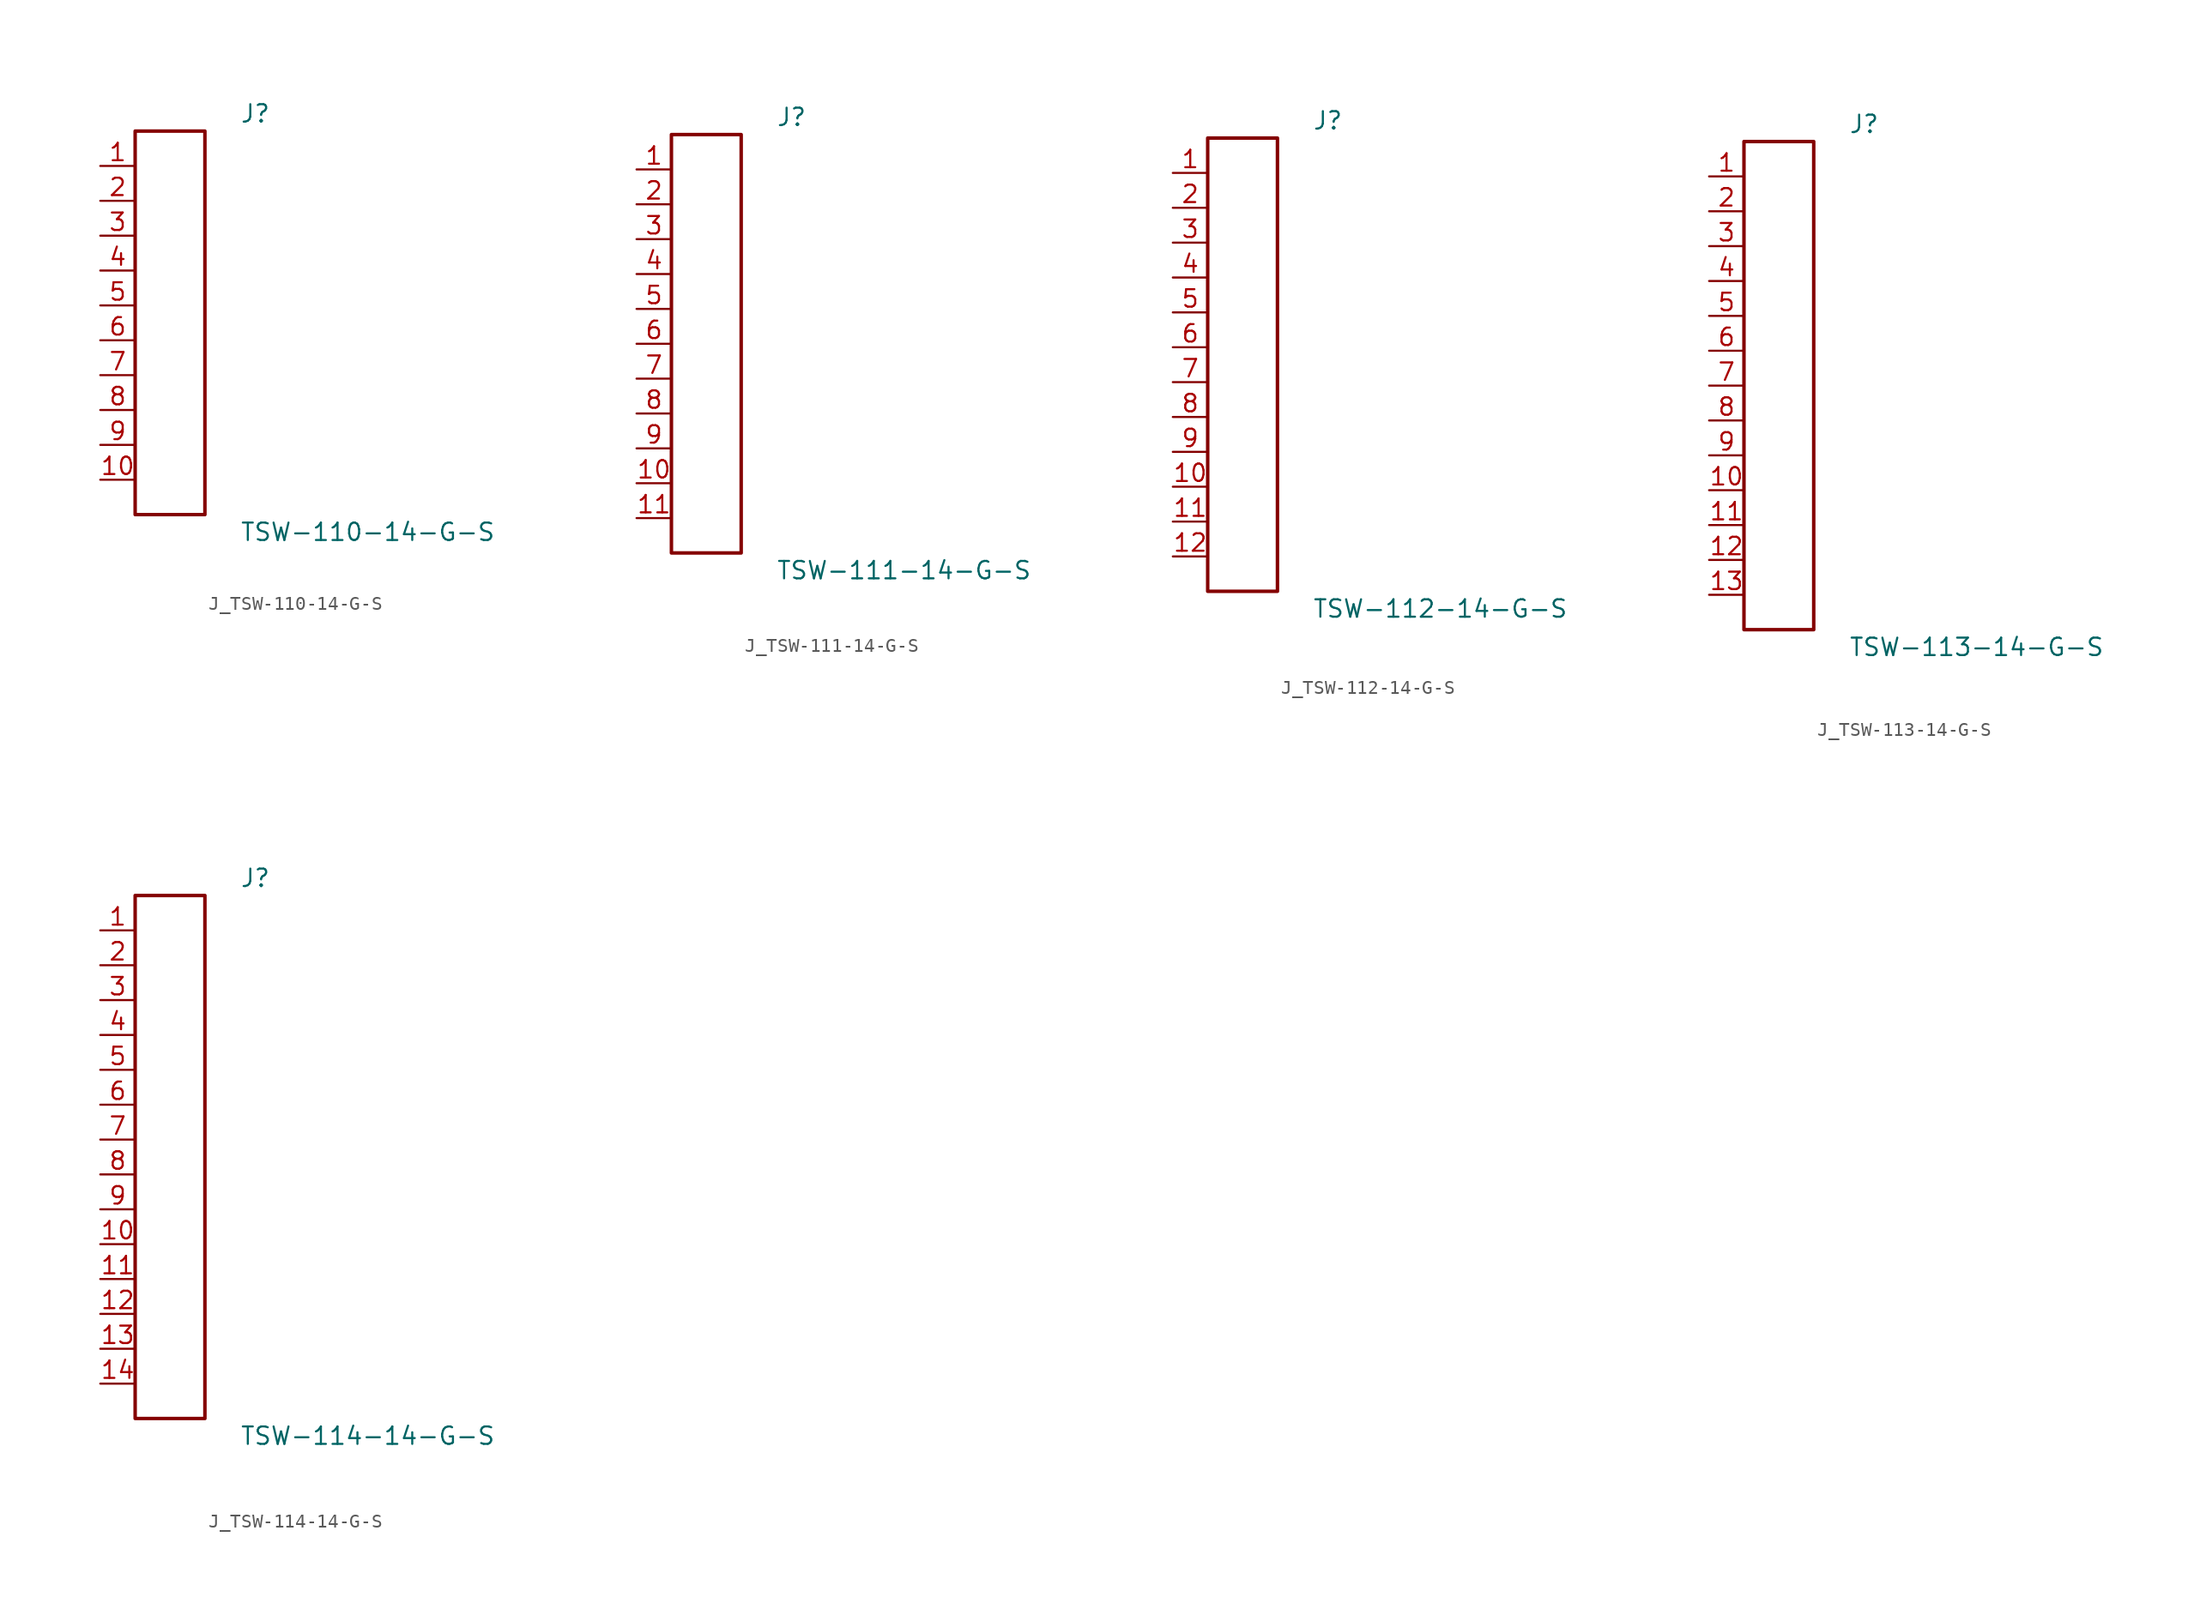
<source format=kicad_sym>
(kicad_symbol_lib
  (version 20231120)
  (generator kicad_symbol_editor)
  (generator_version 8.0)
  (symbol "J_TSW-110-14-G-S"
    (pin_names
      (offset 0.254))
    (property "Reference" "J"
      (at 5.08 15.24 0)
      (effects (font (size 1.27 1.27)) (justify left)))
    (property "Value" "TSW-110-14-G-S"
      (at 5.08 -15.24 0)
      (effects (font (size 1.27 1.27)) (justify left)))
    (symbol "J_TSW-110-14-G-S_0_0"
      (pin passive line (at -5.08 11.43 0) (length 2.54) (name "" (effects (font (size 1.27 1.27)))) (number "1" (effects (font (size 1.27 1.27)))))
      (pin passive line (at -5.08 8.89 0) (length 2.54) (name "" (effects (font (size 1.27 1.27)))) (number "2" (effects (font (size 1.27 1.27)))))
      (pin passive line (at -5.08 6.35 0) (length 2.54) (name "" (effects (font (size 1.27 1.27)))) (number "3" (effects (font (size 1.27 1.27)))))
      (pin passive line (at -5.08 3.81 0) (length 2.54) (name "" (effects (font (size 1.27 1.27)))) (number "4" (effects (font (size 1.27 1.27)))))
      (pin passive line (at -5.08 1.27 0) (length 2.54) (name "" (effects (font (size 1.27 1.27)))) (number "5" (effects (font (size 1.27 1.27)))))
      (pin passive line (at -5.08 -1.27 0) (length 2.54) (name "" (effects (font (size 1.27 1.27)))) (number "6" (effects (font (size 1.27 1.27)))))
      (pin passive line (at -5.08 -3.81 0) (length 2.54) (name "" (effects (font (size 1.27 1.27)))) (number "7" (effects (font (size 1.27 1.27)))))
      (pin passive line (at -5.08 -6.35 0) (length 2.54) (name "" (effects (font (size 1.27 1.27)))) (number "8" (effects (font (size 1.27 1.27)))))
      (pin passive line (at -5.08 -8.89 0) (length 2.54) (name "" (effects (font (size 1.27 1.27)))) (number "9" (effects (font (size 1.27 1.27)))))
      (pin passive line (at -5.08 -11.43 0) (length 2.54) (name "" (effects (font (size 1.27 1.27)))) (number "10" (effects (font (size 1.27 1.27))))))
    (symbol "J_TSW-110-14-G-S_1_0"
      (rectangle (start -2.54 13.97) (end 2.54 -13.97) (stroke (width 0.254) (type solid)) (fill (type none)))))
  (symbol "J_TSW-111-14-G-S"
    (pin_names
      (offset 0.254))
    (property "Reference" "J"
      (at 5.08 16.51 0)
      (effects (font (size 1.27 1.27)) (justify left)))
    (property "Value" "TSW-111-14-G-S"
      (at 5.08 -16.51 0)
      (effects (font (size 1.27 1.27)) (justify left)))
    (symbol "J_TSW-111-14-G-S_0_0"
      (pin passive line (at -5.08 12.7 0) (length 2.54) (name "" (effects (font (size 1.27 1.27)))) (number "1" (effects (font (size 1.27 1.27)))))
      (pin passive line (at -5.08 10.16 0) (length 2.54) (name "" (effects (font (size 1.27 1.27)))) (number "2" (effects (font (size 1.27 1.27)))))
      (pin passive line (at -5.08 7.62 0) (length 2.54) (name "" (effects (font (size 1.27 1.27)))) (number "3" (effects (font (size 1.27 1.27)))))
      (pin passive line (at -5.08 5.08 0) (length 2.54) (name "" (effects (font (size 1.27 1.27)))) (number "4" (effects (font (size 1.27 1.27)))))
      (pin passive line (at -5.08 2.54 0) (length 2.54) (name "" (effects (font (size 1.27 1.27)))) (number "5" (effects (font (size 1.27 1.27)))))
      (pin passive line (at -5.08 0.0 0) (length 2.54) (name "" (effects (font (size 1.27 1.27)))) (number "6" (effects (font (size 1.27 1.27)))))
      (pin passive line (at -5.08 -2.54 0) (length 2.54) (name "" (effects (font (size 1.27 1.27)))) (number "7" (effects (font (size 1.27 1.27)))))
      (pin passive line (at -5.08 -5.08 0) (length 2.54) (name "" (effects (font (size 1.27 1.27)))) (number "8" (effects (font (size 1.27 1.27)))))
      (pin passive line (at -5.08 -7.62 0) (length 2.54) (name "" (effects (font (size 1.27 1.27)))) (number "9" (effects (font (size 1.27 1.27)))))
      (pin passive line (at -5.08 -10.16 0) (length 2.54) (name "" (effects (font (size 1.27 1.27)))) (number "10" (effects (font (size 1.27 1.27)))))
      (pin passive line (at -5.08 -12.7 0) (length 2.54) (name "" (effects (font (size 1.27 1.27)))) (number "11" (effects (font (size 1.27 1.27))))))
    (symbol "J_TSW-111-14-G-S_1_0"
      (rectangle (start -2.54 15.24) (end 2.54 -15.24) (stroke (width 0.254) (type solid)) (fill (type none)))))
  (symbol "J_TSW-112-14-G-S"
    (pin_names
      (offset 0.254))
    (property "Reference" "J"
      (at 5.08 17.78 0)
      (effects (font (size 1.27 1.27)) (justify left)))
    (property "Value" "TSW-112-14-G-S"
      (at 5.08 -17.78 0)
      (effects (font (size 1.27 1.27)) (justify left)))
    (symbol "J_TSW-112-14-G-S_0_0"
      (pin passive line (at -5.08 13.97 0) (length 2.54) (name "" (effects (font (size 1.27 1.27)))) (number "1" (effects (font (size 1.27 1.27)))))
      (pin passive line (at -5.08 11.43 0) (length 2.54) (name "" (effects (font (size 1.27 1.27)))) (number "2" (effects (font (size 1.27 1.27)))))
      (pin passive line (at -5.08 8.89 0) (length 2.54) (name "" (effects (font (size 1.27 1.27)))) (number "3" (effects (font (size 1.27 1.27)))))
      (pin passive line (at -5.08 6.35 0) (length 2.54) (name "" (effects (font (size 1.27 1.27)))) (number "4" (effects (font (size 1.27 1.27)))))
      (pin passive line (at -5.08 3.81 0) (length 2.54) (name "" (effects (font (size 1.27 1.27)))) (number "5" (effects (font (size 1.27 1.27)))))
      (pin passive line (at -5.08 1.27 0) (length 2.54) (name "" (effects (font (size 1.27 1.27)))) (number "6" (effects (font (size 1.27 1.27)))))
      (pin passive line (at -5.08 -1.27 0) (length 2.54) (name "" (effects (font (size 1.27 1.27)))) (number "7" (effects (font (size 1.27 1.27)))))
      (pin passive line (at -5.08 -3.81 0) (length 2.54) (name "" (effects (font (size 1.27 1.27)))) (number "8" (effects (font (size 1.27 1.27)))))
      (pin passive line (at -5.08 -6.35 0) (length 2.54) (name "" (effects (font (size 1.27 1.27)))) (number "9" (effects (font (size 1.27 1.27)))))
      (pin passive line (at -5.08 -8.89 0) (length 2.54) (name "" (effects (font (size 1.27 1.27)))) (number "10" (effects (font (size 1.27 1.27)))))
      (pin passive line (at -5.08 -11.43 0) (length 2.54) (name "" (effects (font (size 1.27 1.27)))) (number "11" (effects (font (size 1.27 1.27)))))
      (pin passive line (at -5.08 -13.97 0) (length 2.54) (name "" (effects (font (size 1.27 1.27)))) (number "12" (effects (font (size 1.27 1.27))))))
    (symbol "J_TSW-112-14-G-S_1_0"
      (rectangle (start -2.54 16.51) (end 2.54 -16.51) (stroke (width 0.254) (type solid)) (fill (type none)))))
  (symbol "J_TSW-113-14-G-S"
    (pin_names
      (offset 0.254))
    (property "Reference" "J"
      (at 5.08 19.05 0)
      (effects (font (size 1.27 1.27)) (justify left)))
    (property "Value" "TSW-113-14-G-S"
      (at 5.08 -19.05 0)
      (effects (font (size 1.27 1.27)) (justify left)))
    (symbol "J_TSW-113-14-G-S_0_0"
      (pin passive line (at -5.08 15.24 0) (length 2.54) (name "" (effects (font (size 1.27 1.27)))) (number "1" (effects (font (size 1.27 1.27)))))
      (pin passive line (at -5.08 12.7 0) (length 2.54) (name "" (effects (font (size 1.27 1.27)))) (number "2" (effects (font (size 1.27 1.27)))))
      (pin passive line (at -5.08 10.16 0) (length 2.54) (name "" (effects (font (size 1.27 1.27)))) (number "3" (effects (font (size 1.27 1.27)))))
      (pin passive line (at -5.08 7.62 0) (length 2.54) (name "" (effects (font (size 1.27 1.27)))) (number "4" (effects (font (size 1.27 1.27)))))
      (pin passive line (at -5.08 5.08 0) (length 2.54) (name "" (effects (font (size 1.27 1.27)))) (number "5" (effects (font (size 1.27 1.27)))))
      (pin passive line (at -5.08 2.54 0) (length 2.54) (name "" (effects (font (size 1.27 1.27)))) (number "6" (effects (font (size 1.27 1.27)))))
      (pin passive line (at -5.08 0.0 0) (length 2.54) (name "" (effects (font (size 1.27 1.27)))) (number "7" (effects (font (size 1.27 1.27)))))
      (pin passive line (at -5.08 -2.54 0) (length 2.54) (name "" (effects (font (size 1.27 1.27)))) (number "8" (effects (font (size 1.27 1.27)))))
      (pin passive line (at -5.08 -5.08 0) (length 2.54) (name "" (effects (font (size 1.27 1.27)))) (number "9" (effects (font (size 1.27 1.27)))))
      (pin passive line (at -5.08 -7.62 0) (length 2.54) (name "" (effects (font (size 1.27 1.27)))) (number "10" (effects (font (size 1.27 1.27)))))
      (pin passive line (at -5.08 -10.16 0) (length 2.54) (name "" (effects (font (size 1.27 1.27)))) (number "11" (effects (font (size 1.27 1.27)))))
      (pin passive line (at -5.08 -12.7 0) (length 2.54) (name "" (effects (font (size 1.27 1.27)))) (number "12" (effects (font (size 1.27 1.27)))))
      (pin passive line (at -5.08 -15.24 0) (length 2.54) (name "" (effects (font (size 1.27 1.27)))) (number "13" (effects (font (size 1.27 1.27))))))
    (symbol "J_TSW-113-14-G-S_1_0"
      (rectangle (start -2.54 17.78) (end 2.54 -17.78) (stroke (width 0.254) (type solid)) (fill (type none)))))
  (symbol "J_TSW-114-14-G-S"
    (pin_names
      (offset 0.254))
    (property "Reference" "J"
      (at 5.08 20.32 0)
      (effects (font (size 1.27 1.27)) (justify left)))
    (property "Value" "TSW-114-14-G-S"
      (at 5.08 -20.32 0)
      (effects (font (size 1.27 1.27)) (justify left)))
    (symbol "J_TSW-114-14-G-S_0_0"
      (pin passive line (at -5.08 16.51 0) (length 2.54) (name "" (effects (font (size 1.27 1.27)))) (number "1" (effects (font (size 1.27 1.27)))))
      (pin passive line (at -5.08 13.97 0) (length 2.54) (name "" (effects (font (size 1.27 1.27)))) (number "2" (effects (font (size 1.27 1.27)))))
      (pin passive line (at -5.08 11.43 0) (length 2.54) (name "" (effects (font (size 1.27 1.27)))) (number "3" (effects (font (size 1.27 1.27)))))
      (pin passive line (at -5.08 8.89 0) (length 2.54) (name "" (effects (font (size 1.27 1.27)))) (number "4" (effects (font (size 1.27 1.27)))))
      (pin passive line (at -5.08 6.35 0) (length 2.54) (name "" (effects (font (size 1.27 1.27)))) (number "5" (effects (font (size 1.27 1.27)))))
      (pin passive line (at -5.08 3.81 0) (length 2.54) (name "" (effects (font (size 1.27 1.27)))) (number "6" (effects (font (size 1.27 1.27)))))
      (pin passive line (at -5.08 1.27 0) (length 2.54) (name "" (effects (font (size 1.27 1.27)))) (number "7" (effects (font (size 1.27 1.27)))))
      (pin passive line (at -5.08 -1.27 0) (length 2.54) (name "" (effects (font (size 1.27 1.27)))) (number "8" (effects (font (size 1.27 1.27)))))
      (pin passive line (at -5.08 -3.81 0) (length 2.54) (name "" (effects (font (size 1.27 1.27)))) (number "9" (effects (font (size 1.27 1.27)))))
      (pin passive line (at -5.08 -6.35 0) (length 2.54) (name "" (effects (font (size 1.27 1.27)))) (number "10" (effects (font (size 1.27 1.27)))))
      (pin passive line (at -5.08 -8.89 0) (length 2.54) (name "" (effects (font (size 1.27 1.27)))) (number "11" (effects (font (size 1.27 1.27)))))
      (pin passive line (at -5.08 -11.43 0) (length 2.54) (name "" (effects (font (size 1.27 1.27)))) (number "12" (effects (font (size 1.27 1.27)))))
      (pin passive line (at -5.08 -13.97 0) (length 2.54) (name "" (effects (font (size 1.27 1.27)))) (number "13" (effects (font (size 1.27 1.27)))))
      (pin passive line (at -5.08 -16.51 0) (length 2.54) (name "" (effects (font (size 1.27 1.27)))) (number "14" (effects (font (size 1.27 1.27))))))
    (symbol "J_TSW-114-14-G-S_1_0"
      (rectangle (start -2.54 19.05) (end 2.54 -19.05) (stroke (width 0.254) (type solid)) (fill (type none))))))
</source>
